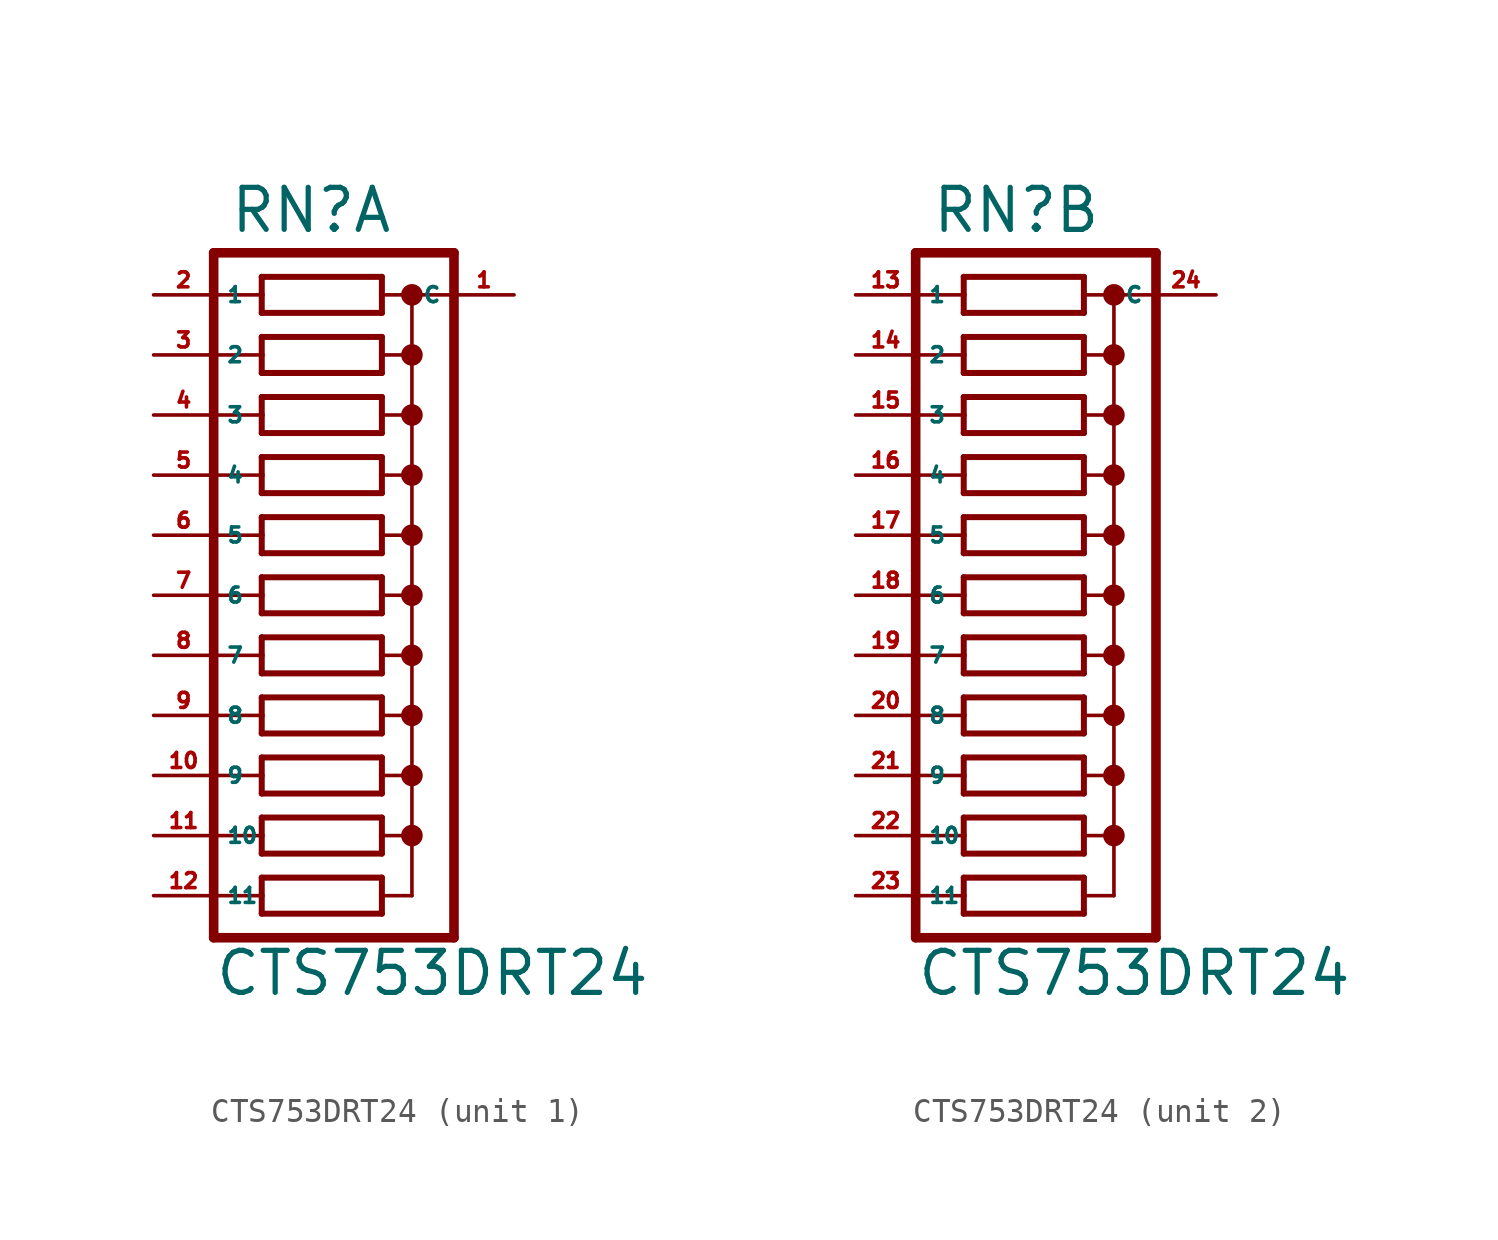
<source format=kicad_sym>
(kicad_symbol_lib
  (version 20220914)
  (generator Eagle2Kicad)
  (symbol "CTS753DRT24"
    (property "Reference" "RN"
      (at -4.445 12.7 0)
      (effects (font (size 1.778 1.778) (thickness 0.22)) (justify left bottom)))
    (property "Value" "CTS753DRT24"
      (at -5.08 -19.558 0)
      (effects (font (size 1.778 1.778) (thickness 0.22)) (justify left bottom)))
    (symbol "CTS753DRT24_1_0"
      (polyline (pts (xy -3.048 9.398) (xy 2.032 9.398)) (stroke (width 0.254) (type default)) (fill (type none)))
      (polyline (pts (xy 2.032 10.922) (xy -3.048 10.922)) (stroke (width 0.254) (type default)) (fill (type none)))
      (polyline (pts (xy 2.032 9.398) (xy 2.032 10.16)) (stroke (width 0.254) (type default)) (fill (type none)))
      (polyline (pts (xy -3.048 10.922) (xy -3.048 10.16)) (stroke (width 0.254) (type default)) (fill (type none)))
      (polyline (pts (xy -3.048 10.16) (xy -5.08 10.16)) (stroke (width 0.152) (type default)) (fill (type none)))
      (polyline (pts (xy -3.048 10.16) (xy -3.048 9.398)) (stroke (width 0.254) (type default)) (fill (type none)))
      (polyline (pts (xy 3.302 10.16) (xy 2.032 10.16)) (stroke (width 0.152) (type default)) (fill (type none)))
      (polyline (pts (xy 2.032 10.16) (xy 2.032 10.922)) (stroke (width 0.254) (type default)) (fill (type none)))
      (polyline (pts (xy 3.302 10.16) (xy 3.302 7.62)) (stroke (width 0.152) (type default)) (fill (type none)))
      (polyline (pts (xy 3.302 7.62) (xy 2.032 7.62)) (stroke (width 0.152) (type default)) (fill (type none)))
      (polyline (pts (xy 3.302 7.62) (xy 3.302 5.08)) (stroke (width 0.152) (type default)) (fill (type none)))
      (polyline (pts (xy 3.302 5.08) (xy 2.032 5.08)) (stroke (width 0.152) (type default)) (fill (type none)))
      (polyline (pts (xy 3.302 5.08) (xy 3.302 2.54)) (stroke (width 0.152) (type default)) (fill (type none)))
      (polyline (pts (xy 3.302 2.54) (xy 2.032 2.54)) (stroke (width 0.152) (type default)) (fill (type none)))
      (polyline (pts (xy 3.302 2.54) (xy 3.302 0)) (stroke (width 0.152) (type default)) (fill (type none)))
      (polyline (pts (xy 3.302 0) (xy 2.032 0)) (stroke (width 0.152) (type default)) (fill (type none)))
      (polyline (pts (xy -5.08 0) (xy -3.048 0)) (stroke (width 0.152) (type default)) (fill (type none)))
      (polyline (pts (xy -5.08 2.54) (xy -3.048 2.54)) (stroke (width 0.152) (type default)) (fill (type none)))
      (polyline (pts (xy -5.08 5.08) (xy -3.048 5.08)) (stroke (width 0.152) (type default)) (fill (type none)))
      (polyline (pts (xy -5.08 7.62) (xy -3.048 7.62)) (stroke (width 0.152) (type default)) (fill (type none)))
      (polyline (pts (xy -3.048 7.62) (xy -3.048 6.858)) (stroke (width 0.254) (type default)) (fill (type none)))
      (polyline (pts (xy -3.048 8.382) (xy -3.048 7.62)) (stroke (width 0.254) (type default)) (fill (type none)))
      (polyline (pts (xy 2.032 6.858) (xy 2.032 7.62)) (stroke (width 0.254) (type default)) (fill (type none)))
      (polyline (pts (xy 2.032 7.62) (xy 2.032 8.382)) (stroke (width 0.254) (type default)) (fill (type none)))
      (polyline (pts (xy -3.048 6.858) (xy 2.032 6.858)) (stroke (width 0.254) (type default)) (fill (type none)))
      (polyline (pts (xy 2.032 8.382) (xy -3.048 8.382)) (stroke (width 0.254) (type default)) (fill (type none)))
      (polyline (pts (xy -3.048 4.318) (xy 2.032 4.318)) (stroke (width 0.254) (type default)) (fill (type none)))
      (polyline (pts (xy -3.048 1.778) (xy 2.032 1.778)) (stroke (width 0.254) (type default)) (fill (type none)))
      (polyline (pts (xy -3.048 -0.762) (xy 2.032 -0.762)) (stroke (width 0.254) (type default)) (fill (type none)))
      (polyline (pts (xy 2.032 5.842) (xy -3.048 5.842)) (stroke (width 0.254) (type default)) (fill (type none)))
      (polyline (pts (xy 2.032 3.302) (xy -3.048 3.302)) (stroke (width 0.254) (type default)) (fill (type none)))
      (polyline (pts (xy 2.032 0.762) (xy -3.048 0.762)) (stroke (width 0.254) (type default)) (fill (type none)))
      (polyline (pts (xy 2.032 4.318) (xy 2.032 5.08)) (stroke (width 0.254) (type default)) (fill (type none)))
      (polyline (pts (xy 2.032 1.778) (xy 2.032 2.54)) (stroke (width 0.254) (type default)) (fill (type none)))
      (polyline (pts (xy 2.032 -0.762) (xy 2.032 0)) (stroke (width 0.254) (type default)) (fill (type none)))
      (polyline (pts (xy 2.032 5.08) (xy 2.032 5.842)) (stroke (width 0.254) (type default)) (fill (type none)))
      (polyline (pts (xy 2.032 2.54) (xy 2.032 3.302)) (stroke (width 0.254) (type default)) (fill (type none)))
      (polyline (pts (xy 2.032 0) (xy 2.032 0.762)) (stroke (width 0.254) (type default)) (fill (type none)))
      (polyline (pts (xy -3.048 5.08) (xy -3.048 4.318)) (stroke (width 0.254) (type default)) (fill (type none)))
      (polyline (pts (xy -3.048 2.54) (xy -3.048 1.778)) (stroke (width 0.254) (type default)) (fill (type none)))
      (polyline (pts (xy -3.048 0) (xy -3.048 -0.762)) (stroke (width 0.254) (type default)) (fill (type none)))
      (polyline (pts (xy -3.048 5.842) (xy -3.048 5.08)) (stroke (width 0.254) (type default)) (fill (type none)))
      (polyline (pts (xy -3.048 3.302) (xy -3.048 2.54)) (stroke (width 0.254) (type default)) (fill (type none)))
      (polyline (pts (xy -3.048 0.762) (xy -3.048 0)) (stroke (width 0.254) (type default)) (fill (type none)))
      (polyline (pts (xy 5.08 11.938) (xy -5.08 11.938)) (stroke (width 0.406) (type default)) (fill (type none)))
      (polyline (pts (xy -3.048 -3.302) (xy 2.032 -3.302)) (stroke (width 0.254) (type default)) (fill (type none)))
      (polyline (pts (xy 2.032 -1.778) (xy -3.048 -1.778)) (stroke (width 0.254) (type default)) (fill (type none)))
      (polyline (pts (xy 2.032 -3.302) (xy 2.032 -2.54)) (stroke (width 0.254) (type default)) (fill (type none)))
      (polyline (pts (xy -3.048 -1.778) (xy -3.048 -2.54)) (stroke (width 0.254) (type default)) (fill (type none)))
      (polyline (pts (xy -3.048 -2.54) (xy -5.08 -2.54)) (stroke (width 0.152) (type default)) (fill (type none)))
      (polyline (pts (xy -3.048 -2.54) (xy -3.048 -3.302)) (stroke (width 0.254) (type default)) (fill (type none)))
      (polyline (pts (xy 3.302 -2.54) (xy 2.032 -2.54)) (stroke (width 0.152) (type default)) (fill (type none)))
      (polyline (pts (xy 2.032 -2.54) (xy 2.032 -1.778)) (stroke (width 0.254) (type default)) (fill (type none)))
      (polyline (pts (xy 3.302 -2.54) (xy 3.302 -5.08)) (stroke (width 0.152) (type default)) (fill (type none)))
      (polyline (pts (xy 3.302 -5.08) (xy 2.032 -5.08)) (stroke (width 0.152) (type default)) (fill (type none)))
      (polyline (pts (xy 3.302 -5.08) (xy 3.302 -7.62)) (stroke (width 0.152) (type default)) (fill (type none)))
      (polyline (pts (xy 3.302 -7.62) (xy 2.032 -7.62)) (stroke (width 0.152) (type default)) (fill (type none)))
      (polyline (pts (xy -5.08 -7.62) (xy -3.048 -7.62)) (stroke (width 0.152) (type default)) (fill (type none)))
      (polyline (pts (xy -5.08 -5.08) (xy -3.048 -5.08)) (stroke (width 0.152) (type default)) (fill (type none)))
      (polyline (pts (xy -3.048 -5.08) (xy -3.048 -5.842)) (stroke (width 0.254) (type default)) (fill (type none)))
      (polyline (pts (xy -3.048 -4.318) (xy -3.048 -5.08)) (stroke (width 0.254) (type default)) (fill (type none)))
      (polyline (pts (xy 2.032 -5.842) (xy 2.032 -5.08)) (stroke (width 0.254) (type default)) (fill (type none)))
      (polyline (pts (xy 2.032 -5.08) (xy 2.032 -4.318)) (stroke (width 0.254) (type default)) (fill (type none)))
      (polyline (pts (xy -3.048 -5.842) (xy 2.032 -5.842)) (stroke (width 0.254) (type default)) (fill (type none)))
      (polyline (pts (xy 2.032 -4.318) (xy -3.048 -4.318)) (stroke (width 0.254) (type default)) (fill (type none)))
      (polyline (pts (xy -3.048 -8.382) (xy 2.032 -8.382)) (stroke (width 0.254) (type default)) (fill (type none)))
      (polyline (pts (xy 2.032 -6.858) (xy -3.048 -6.858)) (stroke (width 0.254) (type default)) (fill (type none)))
      (polyline (pts (xy 2.032 -8.382) (xy 2.032 -7.62)) (stroke (width 0.254) (type default)) (fill (type none)))
      (polyline (pts (xy 2.032 -7.62) (xy 2.032 -6.858)) (stroke (width 0.254) (type default)) (fill (type none)))
      (polyline (pts (xy -3.048 -7.62) (xy -3.048 -8.382)) (stroke (width 0.254) (type default)) (fill (type none)))
      (polyline (pts (xy -3.048 -6.858) (xy -3.048 -7.62)) (stroke (width 0.254) (type default)) (fill (type none)))
      (polyline (pts (xy 5.08 -17.018) (xy -5.08 -17.018)) (stroke (width 0.406) (type default)) (fill (type none)))
      (polyline (pts (xy -5.08 11.938) (xy -5.08 -17.018)) (stroke (width 0.406) (type default)) (fill (type none)))
      (polyline (pts (xy 3.302 0) (xy 3.302 -2.54)) (stroke (width 0.152) (type default)) (fill (type none)))
      (polyline (pts (xy 3.302 10.16) (xy 5.08 10.16)) (stroke (width 0.152) (type default)) (fill (type none)))
      (polyline (pts (xy -3.048 -10.922) (xy 2.032 -10.922)) (stroke (width 0.254) (type default)) (fill (type none)))
      (polyline (pts (xy 2.032 -9.398) (xy -3.048 -9.398)) (stroke (width 0.254) (type default)) (fill (type none)))
      (polyline (pts (xy 2.032 -10.922) (xy 2.032 -10.16)) (stroke (width 0.254) (type default)) (fill (type none)))
      (polyline (pts (xy -3.048 -9.398) (xy -3.048 -10.16)) (stroke (width 0.254) (type default)) (fill (type none)))
      (polyline (pts (xy -3.048 -10.16) (xy -5.08 -10.16)) (stroke (width 0.152) (type default)) (fill (type none)))
      (polyline (pts (xy -3.048 -10.16) (xy -3.048 -10.922)) (stroke (width 0.254) (type default)) (fill (type none)))
      (polyline (pts (xy 2.032 -10.16) (xy 2.032 -9.398)) (stroke (width 0.254) (type default)) (fill (type none)))
      (polyline (pts (xy -5.08 -12.7) (xy -3.048 -12.7)) (stroke (width 0.152) (type default)) (fill (type none)))
      (polyline (pts (xy -3.048 -12.7) (xy -3.048 -13.462)) (stroke (width 0.254) (type default)) (fill (type none)))
      (polyline (pts (xy -3.048 -11.938) (xy -3.048 -12.7)) (stroke (width 0.254) (type default)) (fill (type none)))
      (polyline (pts (xy 2.032 -13.462) (xy 2.032 -12.7)) (stroke (width 0.254) (type default)) (fill (type none)))
      (polyline (pts (xy 2.032 -12.7) (xy 2.032 -11.938)) (stroke (width 0.254) (type default)) (fill (type none)))
      (polyline (pts (xy -3.048 -13.462) (xy 2.032 -13.462)) (stroke (width 0.254) (type default)) (fill (type none)))
      (polyline (pts (xy 2.032 -11.938) (xy -3.048 -11.938)) (stroke (width 0.254) (type default)) (fill (type none)))
      (polyline (pts (xy 2.032 -12.7) (xy 3.302 -12.7)) (stroke (width 0.152) (type default)) (fill (type none)))
      (polyline (pts (xy 2.032 -10.16) (xy 3.302 -10.16)) (stroke (width 0.152) (type default)) (fill (type none)))
      (polyline (pts (xy 3.302 -7.62) (xy 3.302 -10.16)) (stroke (width 0.152) (type default)) (fill (type none)))
      (polyline (pts (xy 3.302 -10.16) (xy 3.302 -12.7)) (stroke (width 0.152) (type default)) (fill (type none)))
      (polyline (pts (xy 5.08 11.938) (xy 5.08 -17.018)) (stroke (width 0.406) (type default)) (fill (type none)))
      (polyline (pts (xy -3.048 -16.002) (xy 2.032 -16.002)) (stroke (width 0.254) (type default)) (fill (type none)))
      (polyline (pts (xy 2.032 -14.478) (xy -3.048 -14.478)) (stroke (width 0.254) (type default)) (fill (type none)))
      (polyline (pts (xy 2.032 -16.002) (xy 2.032 -15.24)) (stroke (width 0.254) (type default)) (fill (type none)))
      (polyline (pts (xy -3.048 -14.478) (xy -3.048 -15.24)) (stroke (width 0.254) (type default)) (fill (type none)))
      (polyline (pts (xy -3.048 -15.24) (xy -5.08 -15.24)) (stroke (width 0.152) (type default)) (fill (type none)))
      (polyline (pts (xy -3.048 -15.24) (xy -3.048 -16.002)) (stroke (width 0.254) (type default)) (fill (type none)))
      (polyline (pts (xy 2.032 -15.24) (xy 2.032 -14.478)) (stroke (width 0.254) (type default)) (fill (type none)))
      (polyline (pts (xy 2.032 -15.24) (xy 3.302 -15.24)) (stroke (width 0.152) (type default)) (fill (type none)))
      (polyline (pts (xy 3.302 -12.7) (xy 3.302 -15.24)) (stroke (width 0.152) (type default)) (fill (type none)))
      (circle (center 3.302 10.16) (radius 0.254) (stroke (width 0.406) (type default)) (fill (type none)))
      (circle (center 3.302 7.62) (radius 0.254) (stroke (width 0.406) (type default)) (fill (type none)))
      (circle (center 3.302 5.08) (radius 0.254) (stroke (width 0.406) (type default)) (fill (type none)))
      (circle (center 3.302 2.54) (radius 0.254) (stroke (width 0.406) (type default)) (fill (type none)))
      (circle (center 3.302 0) (radius 0.254) (stroke (width 0.406) (type default)) (fill (type none)))
      (circle (center 3.302 -2.54) (radius 0.254) (stroke (width 0.406) (type default)) (fill (type none)))
      (circle (center 3.302 -5.08) (radius 0.254) (stroke (width 0.406) (type default)) (fill (type none)))
      (circle (center 3.302 -7.62) (radius 0.254) (stroke (width 0.406) (type default)) (fill (type none)))
      (circle (center 3.302 -10.16) (radius 0.254) (stroke (width 0.406) (type default)) (fill (type none)))
      (circle (center 3.302 -12.7) (radius 0.254) (stroke (width 0.406) (type default)) (fill (type none)))
      (pin passive line (at -7.62 7.62 0) (length 2.54) (name "2" (effects (font (size 0.635 0.635) (thickness 0.08)) (justify left bottom))) (number "3" (effects (font (size 0.635 0.635) (thickness 0.08)) (justify left bottom))))
      (pin passive line (at -7.62 5.08 0) (length 2.54) (name "3" (effects (font (size 0.635 0.635) (thickness 0.08)) (justify left bottom))) (number "4" (effects (font (size 0.635 0.635) (thickness 0.08)) (justify left bottom))))
      (pin passive line (at -7.62 2.54 0) (length 2.54) (name "4" (effects (font (size 0.635 0.635) (thickness 0.08)) (justify left bottom))) (number "5" (effects (font (size 0.635 0.635) (thickness 0.08)) (justify left bottom))))
      (pin passive line (at -7.62 0 0) (length 2.54) (name "5" (effects (font (size 0.635 0.635) (thickness 0.08)) (justify left bottom))) (number "6" (effects (font (size 0.635 0.635) (thickness 0.08)) (justify left bottom))))
      (pin passive line (at -7.62 -2.54 0) (length 2.54) (name "6" (effects (font (size 0.635 0.635) (thickness 0.08)) (justify left bottom))) (number "7" (effects (font (size 0.635 0.635) (thickness 0.08)) (justify left bottom))))
      (pin passive line (at -7.62 -5.08 0) (length 2.54) (name "7" (effects (font (size 0.635 0.635) (thickness 0.08)) (justify left bottom))) (number "8" (effects (font (size 0.635 0.635) (thickness 0.08)) (justify left bottom))))
      (pin passive line (at -7.62 -7.62 0) (length 2.54) (name "8" (effects (font (size 0.635 0.635) (thickness 0.08)) (justify left bottom))) (number "9" (effects (font (size 0.635 0.635) (thickness 0.08)) (justify left bottom))))
      (pin passive line (at -7.62 10.16 0) (length 2.54) (name "1" (effects (font (size 0.635 0.635) (thickness 0.08)) (justify left bottom))) (number "2" (effects (font (size 0.635 0.635) (thickness 0.08)) (justify left bottom))))
      (pin passive line (at -7.62 -10.16 0) (length 2.54) (name "9" (effects (font (size 0.635 0.635) (thickness 0.08)) (justify left bottom))) (number "10" (effects (font (size 0.635 0.635) (thickness 0.08)) (justify left bottom))))
      (pin passive line (at -7.62 -12.7 0) (length 2.54) (name "10" (effects (font (size 0.635 0.635) (thickness 0.08)) (justify left bottom))) (number "11" (effects (font (size 0.635 0.635) (thickness 0.08)) (justify left bottom))))
      (pin passive line (at 7.62 10.16 180) (length 2.54) (name "C" (effects (font (size 0.635 0.635) (thickness 0.08)) (justify left bottom))) (number "1" (effects (font (size 0.635 0.635) (thickness 0.08)) (justify left bottom))))
      (pin passive line (at -7.62 -15.24 0) (length 2.54) (name "11" (effects (font (size 0.635 0.635) (thickness 0.08)) (justify left bottom))) (number "12" (effects (font (size 0.635 0.635) (thickness 0.08)) (justify left bottom)))))
    (symbol "CTS753DRT24_2_0"
      (polyline (pts (xy -3.048 9.398) (xy 2.032 9.398)) (stroke (width 0.254) (type default)) (fill (type none)))
      (polyline (pts (xy 2.032 10.922) (xy -3.048 10.922)) (stroke (width 0.254) (type default)) (fill (type none)))
      (polyline (pts (xy 2.032 9.398) (xy 2.032 10.16)) (stroke (width 0.254) (type default)) (fill (type none)))
      (polyline (pts (xy -3.048 10.922) (xy -3.048 10.16)) (stroke (width 0.254) (type default)) (fill (type none)))
      (polyline (pts (xy -3.048 10.16) (xy -5.08 10.16)) (stroke (width 0.152) (type default)) (fill (type none)))
      (polyline (pts (xy -3.048 10.16) (xy -3.048 9.398)) (stroke (width 0.254) (type default)) (fill (type none)))
      (polyline (pts (xy 3.302 10.16) (xy 2.032 10.16)) (stroke (width 0.152) (type default)) (fill (type none)))
      (polyline (pts (xy 2.032 10.16) (xy 2.032 10.922)) (stroke (width 0.254) (type default)) (fill (type none)))
      (polyline (pts (xy 3.302 10.16) (xy 3.302 7.62)) (stroke (width 0.152) (type default)) (fill (type none)))
      (polyline (pts (xy 3.302 7.62) (xy 2.032 7.62)) (stroke (width 0.152) (type default)) (fill (type none)))
      (polyline (pts (xy 3.302 7.62) (xy 3.302 5.08)) (stroke (width 0.152) (type default)) (fill (type none)))
      (polyline (pts (xy 3.302 5.08) (xy 2.032 5.08)) (stroke (width 0.152) (type default)) (fill (type none)))
      (polyline (pts (xy 3.302 5.08) (xy 3.302 2.54)) (stroke (width 0.152) (type default)) (fill (type none)))
      (polyline (pts (xy 3.302 2.54) (xy 2.032 2.54)) (stroke (width 0.152) (type default)) (fill (type none)))
      (polyline (pts (xy 3.302 2.54) (xy 3.302 0)) (stroke (width 0.152) (type default)) (fill (type none)))
      (polyline (pts (xy 3.302 0) (xy 2.032 0)) (stroke (width 0.152) (type default)) (fill (type none)))
      (polyline (pts (xy -5.08 0) (xy -3.048 0)) (stroke (width 0.152) (type default)) (fill (type none)))
      (polyline (pts (xy -5.08 2.54) (xy -3.048 2.54)) (stroke (width 0.152) (type default)) (fill (type none)))
      (polyline (pts (xy -5.08 5.08) (xy -3.048 5.08)) (stroke (width 0.152) (type default)) (fill (type none)))
      (polyline (pts (xy -5.08 7.62) (xy -3.048 7.62)) (stroke (width 0.152) (type default)) (fill (type none)))
      (polyline (pts (xy -3.048 7.62) (xy -3.048 6.858)) (stroke (width 0.254) (type default)) (fill (type none)))
      (polyline (pts (xy -3.048 8.382) (xy -3.048 7.62)) (stroke (width 0.254) (type default)) (fill (type none)))
      (polyline (pts (xy 2.032 6.858) (xy 2.032 7.62)) (stroke (width 0.254) (type default)) (fill (type none)))
      (polyline (pts (xy 2.032 7.62) (xy 2.032 8.382)) (stroke (width 0.254) (type default)) (fill (type none)))
      (polyline (pts (xy -3.048 6.858) (xy 2.032 6.858)) (stroke (width 0.254) (type default)) (fill (type none)))
      (polyline (pts (xy 2.032 8.382) (xy -3.048 8.382)) (stroke (width 0.254) (type default)) (fill (type none)))
      (polyline (pts (xy -3.048 4.318) (xy 2.032 4.318)) (stroke (width 0.254) (type default)) (fill (type none)))
      (polyline (pts (xy -3.048 1.778) (xy 2.032 1.778)) (stroke (width 0.254) (type default)) (fill (type none)))
      (polyline (pts (xy -3.048 -0.762) (xy 2.032 -0.762)) (stroke (width 0.254) (type default)) (fill (type none)))
      (polyline (pts (xy 2.032 5.842) (xy -3.048 5.842)) (stroke (width 0.254) (type default)) (fill (type none)))
      (polyline (pts (xy 2.032 3.302) (xy -3.048 3.302)) (stroke (width 0.254) (type default)) (fill (type none)))
      (polyline (pts (xy 2.032 0.762) (xy -3.048 0.762)) (stroke (width 0.254) (type default)) (fill (type none)))
      (polyline (pts (xy 2.032 4.318) (xy 2.032 5.08)) (stroke (width 0.254) (type default)) (fill (type none)))
      (polyline (pts (xy 2.032 1.778) (xy 2.032 2.54)) (stroke (width 0.254) (type default)) (fill (type none)))
      (polyline (pts (xy 2.032 -0.762) (xy 2.032 0)) (stroke (width 0.254) (type default)) (fill (type none)))
      (polyline (pts (xy 2.032 5.08) (xy 2.032 5.842)) (stroke (width 0.254) (type default)) (fill (type none)))
      (polyline (pts (xy 2.032 2.54) (xy 2.032 3.302)) (stroke (width 0.254) (type default)) (fill (type none)))
      (polyline (pts (xy 2.032 0) (xy 2.032 0.762)) (stroke (width 0.254) (type default)) (fill (type none)))
      (polyline (pts (xy -3.048 5.08) (xy -3.048 4.318)) (stroke (width 0.254) (type default)) (fill (type none)))
      (polyline (pts (xy -3.048 2.54) (xy -3.048 1.778)) (stroke (width 0.254) (type default)) (fill (type none)))
      (polyline (pts (xy -3.048 0) (xy -3.048 -0.762)) (stroke (width 0.254) (type default)) (fill (type none)))
      (polyline (pts (xy -3.048 5.842) (xy -3.048 5.08)) (stroke (width 0.254) (type default)) (fill (type none)))
      (polyline (pts (xy -3.048 3.302) (xy -3.048 2.54)) (stroke (width 0.254) (type default)) (fill (type none)))
      (polyline (pts (xy -3.048 0.762) (xy -3.048 0)) (stroke (width 0.254) (type default)) (fill (type none)))
      (polyline (pts (xy 5.08 11.938) (xy -5.08 11.938)) (stroke (width 0.406) (type default)) (fill (type none)))
      (polyline (pts (xy -3.048 -3.302) (xy 2.032 -3.302)) (stroke (width 0.254) (type default)) (fill (type none)))
      (polyline (pts (xy 2.032 -1.778) (xy -3.048 -1.778)) (stroke (width 0.254) (type default)) (fill (type none)))
      (polyline (pts (xy 2.032 -3.302) (xy 2.032 -2.54)) (stroke (width 0.254) (type default)) (fill (type none)))
      (polyline (pts (xy -3.048 -1.778) (xy -3.048 -2.54)) (stroke (width 0.254) (type default)) (fill (type none)))
      (polyline (pts (xy -3.048 -2.54) (xy -5.08 -2.54)) (stroke (width 0.152) (type default)) (fill (type none)))
      (polyline (pts (xy -3.048 -2.54) (xy -3.048 -3.302)) (stroke (width 0.254) (type default)) (fill (type none)))
      (polyline (pts (xy 3.302 -2.54) (xy 2.032 -2.54)) (stroke (width 0.152) (type default)) (fill (type none)))
      (polyline (pts (xy 2.032 -2.54) (xy 2.032 -1.778)) (stroke (width 0.254) (type default)) (fill (type none)))
      (polyline (pts (xy 3.302 -2.54) (xy 3.302 -5.08)) (stroke (width 0.152) (type default)) (fill (type none)))
      (polyline (pts (xy 3.302 -5.08) (xy 2.032 -5.08)) (stroke (width 0.152) (type default)) (fill (type none)))
      (polyline (pts (xy 3.302 -5.08) (xy 3.302 -7.62)) (stroke (width 0.152) (type default)) (fill (type none)))
      (polyline (pts (xy 3.302 -7.62) (xy 2.032 -7.62)) (stroke (width 0.152) (type default)) (fill (type none)))
      (polyline (pts (xy -5.08 -7.62) (xy -3.048 -7.62)) (stroke (width 0.152) (type default)) (fill (type none)))
      (polyline (pts (xy -5.08 -5.08) (xy -3.048 -5.08)) (stroke (width 0.152) (type default)) (fill (type none)))
      (polyline (pts (xy -3.048 -5.08) (xy -3.048 -5.842)) (stroke (width 0.254) (type default)) (fill (type none)))
      (polyline (pts (xy -3.048 -4.318) (xy -3.048 -5.08)) (stroke (width 0.254) (type default)) (fill (type none)))
      (polyline (pts (xy 2.032 -5.842) (xy 2.032 -5.08)) (stroke (width 0.254) (type default)) (fill (type none)))
      (polyline (pts (xy 2.032 -5.08) (xy 2.032 -4.318)) (stroke (width 0.254) (type default)) (fill (type none)))
      (polyline (pts (xy -3.048 -5.842) (xy 2.032 -5.842)) (stroke (width 0.254) (type default)) (fill (type none)))
      (polyline (pts (xy 2.032 -4.318) (xy -3.048 -4.318)) (stroke (width 0.254) (type default)) (fill (type none)))
      (polyline (pts (xy -3.048 -8.382) (xy 2.032 -8.382)) (stroke (width 0.254) (type default)) (fill (type none)))
      (polyline (pts (xy 2.032 -6.858) (xy -3.048 -6.858)) (stroke (width 0.254) (type default)) (fill (type none)))
      (polyline (pts (xy 2.032 -8.382) (xy 2.032 -7.62)) (stroke (width 0.254) (type default)) (fill (type none)))
      (polyline (pts (xy 2.032 -7.62) (xy 2.032 -6.858)) (stroke (width 0.254) (type default)) (fill (type none)))
      (polyline (pts (xy -3.048 -7.62) (xy -3.048 -8.382)) (stroke (width 0.254) (type default)) (fill (type none)))
      (polyline (pts (xy -3.048 -6.858) (xy -3.048 -7.62)) (stroke (width 0.254) (type default)) (fill (type none)))
      (polyline (pts (xy 5.08 -17.018) (xy -5.08 -17.018)) (stroke (width 0.406) (type default)) (fill (type none)))
      (polyline (pts (xy -5.08 11.938) (xy -5.08 -17.018)) (stroke (width 0.406) (type default)) (fill (type none)))
      (polyline (pts (xy 3.302 0) (xy 3.302 -2.54)) (stroke (width 0.152) (type default)) (fill (type none)))
      (polyline (pts (xy 3.302 10.16) (xy 5.08 10.16)) (stroke (width 0.152) (type default)) (fill (type none)))
      (polyline (pts (xy -3.048 -10.922) (xy 2.032 -10.922)) (stroke (width 0.254) (type default)) (fill (type none)))
      (polyline (pts (xy 2.032 -9.398) (xy -3.048 -9.398)) (stroke (width 0.254) (type default)) (fill (type none)))
      (polyline (pts (xy 2.032 -10.922) (xy 2.032 -10.16)) (stroke (width 0.254) (type default)) (fill (type none)))
      (polyline (pts (xy -3.048 -9.398) (xy -3.048 -10.16)) (stroke (width 0.254) (type default)) (fill (type none)))
      (polyline (pts (xy -3.048 -10.16) (xy -5.08 -10.16)) (stroke (width 0.152) (type default)) (fill (type none)))
      (polyline (pts (xy -3.048 -10.16) (xy -3.048 -10.922)) (stroke (width 0.254) (type default)) (fill (type none)))
      (polyline (pts (xy 2.032 -10.16) (xy 2.032 -9.398)) (stroke (width 0.254) (type default)) (fill (type none)))
      (polyline (pts (xy -5.08 -12.7) (xy -3.048 -12.7)) (stroke (width 0.152) (type default)) (fill (type none)))
      (polyline (pts (xy -3.048 -12.7) (xy -3.048 -13.462)) (stroke (width 0.254) (type default)) (fill (type none)))
      (polyline (pts (xy -3.048 -11.938) (xy -3.048 -12.7)) (stroke (width 0.254) (type default)) (fill (type none)))
      (polyline (pts (xy 2.032 -13.462) (xy 2.032 -12.7)) (stroke (width 0.254) (type default)) (fill (type none)))
      (polyline (pts (xy 2.032 -12.7) (xy 2.032 -11.938)) (stroke (width 0.254) (type default)) (fill (type none)))
      (polyline (pts (xy -3.048 -13.462) (xy 2.032 -13.462)) (stroke (width 0.254) (type default)) (fill (type none)))
      (polyline (pts (xy 2.032 -11.938) (xy -3.048 -11.938)) (stroke (width 0.254) (type default)) (fill (type none)))
      (polyline (pts (xy 2.032 -12.7) (xy 3.302 -12.7)) (stroke (width 0.152) (type default)) (fill (type none)))
      (polyline (pts (xy 2.032 -10.16) (xy 3.302 -10.16)) (stroke (width 0.152) (type default)) (fill (type none)))
      (polyline (pts (xy 3.302 -7.62) (xy 3.302 -10.16)) (stroke (width 0.152) (type default)) (fill (type none)))
      (polyline (pts (xy 3.302 -10.16) (xy 3.302 -12.7)) (stroke (width 0.152) (type default)) (fill (type none)))
      (polyline (pts (xy 5.08 11.938) (xy 5.08 -17.018)) (stroke (width 0.406) (type default)) (fill (type none)))
      (polyline (pts (xy -3.048 -16.002) (xy 2.032 -16.002)) (stroke (width 0.254) (type default)) (fill (type none)))
      (polyline (pts (xy 2.032 -14.478) (xy -3.048 -14.478)) (stroke (width 0.254) (type default)) (fill (type none)))
      (polyline (pts (xy 2.032 -16.002) (xy 2.032 -15.24)) (stroke (width 0.254) (type default)) (fill (type none)))
      (polyline (pts (xy -3.048 -14.478) (xy -3.048 -15.24)) (stroke (width 0.254) (type default)) (fill (type none)))
      (polyline (pts (xy -3.048 -15.24) (xy -5.08 -15.24)) (stroke (width 0.152) (type default)) (fill (type none)))
      (polyline (pts (xy -3.048 -15.24) (xy -3.048 -16.002)) (stroke (width 0.254) (type default)) (fill (type none)))
      (polyline (pts (xy 2.032 -15.24) (xy 2.032 -14.478)) (stroke (width 0.254) (type default)) (fill (type none)))
      (polyline (pts (xy 2.032 -15.24) (xy 3.302 -15.24)) (stroke (width 0.152) (type default)) (fill (type none)))
      (polyline (pts (xy 3.302 -12.7) (xy 3.302 -15.24)) (stroke (width 0.152) (type default)) (fill (type none)))
      (circle (center 3.302 10.16) (radius 0.254) (stroke (width 0.406) (type default)) (fill (type none)))
      (circle (center 3.302 7.62) (radius 0.254) (stroke (width 0.406) (type default)) (fill (type none)))
      (circle (center 3.302 5.08) (radius 0.254) (stroke (width 0.406) (type default)) (fill (type none)))
      (circle (center 3.302 2.54) (radius 0.254) (stroke (width 0.406) (type default)) (fill (type none)))
      (circle (center 3.302 0) (radius 0.254) (stroke (width 0.406) (type default)) (fill (type none)))
      (circle (center 3.302 -2.54) (radius 0.254) (stroke (width 0.406) (type default)) (fill (type none)))
      (circle (center 3.302 -5.08) (radius 0.254) (stroke (width 0.406) (type default)) (fill (type none)))
      (circle (center 3.302 -7.62) (radius 0.254) (stroke (width 0.406) (type default)) (fill (type none)))
      (circle (center 3.302 -10.16) (radius 0.254) (stroke (width 0.406) (type default)) (fill (type none)))
      (circle (center 3.302 -12.7) (radius 0.254) (stroke (width 0.406) (type default)) (fill (type none)))
      (pin passive line (at -7.62 7.62 0) (length 2.54) (name "2" (effects (font (size 0.635 0.635) (thickness 0.08)) (justify left bottom))) (number "14" (effects (font (size 0.635 0.635) (thickness 0.08)) (justify left bottom))))
      (pin passive line (at -7.62 5.08 0) (length 2.54) (name "3" (effects (font (size 0.635 0.635) (thickness 0.08)) (justify left bottom))) (number "15" (effects (font (size 0.635 0.635) (thickness 0.08)) (justify left bottom))))
      (pin passive line (at -7.62 2.54 0) (length 2.54) (name "4" (effects (font (size 0.635 0.635) (thickness 0.08)) (justify left bottom))) (number "16" (effects (font (size 0.635 0.635) (thickness 0.08)) (justify left bottom))))
      (pin passive line (at -7.62 0 0) (length 2.54) (name "5" (effects (font (size 0.635 0.635) (thickness 0.08)) (justify left bottom))) (number "17" (effects (font (size 0.635 0.635) (thickness 0.08)) (justify left bottom))))
      (pin passive line (at -7.62 -2.54 0) (length 2.54) (name "6" (effects (font (size 0.635 0.635) (thickness 0.08)) (justify left bottom))) (number "18" (effects (font (size 0.635 0.635) (thickness 0.08)) (justify left bottom))))
      (pin passive line (at -7.62 -5.08 0) (length 2.54) (name "7" (effects (font (size 0.635 0.635) (thickness 0.08)) (justify left bottom))) (number "19" (effects (font (size 0.635 0.635) (thickness 0.08)) (justify left bottom))))
      (pin passive line (at -7.62 -7.62 0) (length 2.54) (name "8" (effects (font (size 0.635 0.635) (thickness 0.08)) (justify left bottom))) (number "20" (effects (font (size 0.635 0.635) (thickness 0.08)) (justify left bottom))))
      (pin passive line (at -7.62 10.16 0) (length 2.54) (name "1" (effects (font (size 0.635 0.635) (thickness 0.08)) (justify left bottom))) (number "13" (effects (font (size 0.635 0.635) (thickness 0.08)) (justify left bottom))))
      (pin passive line (at -7.62 -10.16 0) (length 2.54) (name "9" (effects (font (size 0.635 0.635) (thickness 0.08)) (justify left bottom))) (number "21" (effects (font (size 0.635 0.635) (thickness 0.08)) (justify left bottom))))
      (pin passive line (at -7.62 -12.7 0) (length 2.54) (name "10" (effects (font (size 0.635 0.635) (thickness 0.08)) (justify left bottom))) (number "22" (effects (font (size 0.635 0.635) (thickness 0.08)) (justify left bottom))))
      (pin passive line (at 7.62 10.16 180) (length 2.54) (name "C" (effects (font (size 0.635 0.635) (thickness 0.08)) (justify left bottom))) (number "24" (effects (font (size 0.635 0.635) (thickness 0.08)) (justify left bottom))))
      (pin passive line (at -7.62 -15.24 0) (length 2.54) (name "11" (effects (font (size 0.635 0.635) (thickness 0.08)) (justify left bottom))) (number "23" (effects (font (size 0.635 0.635) (thickness 0.08)) (justify left bottom)))))))
</source>
